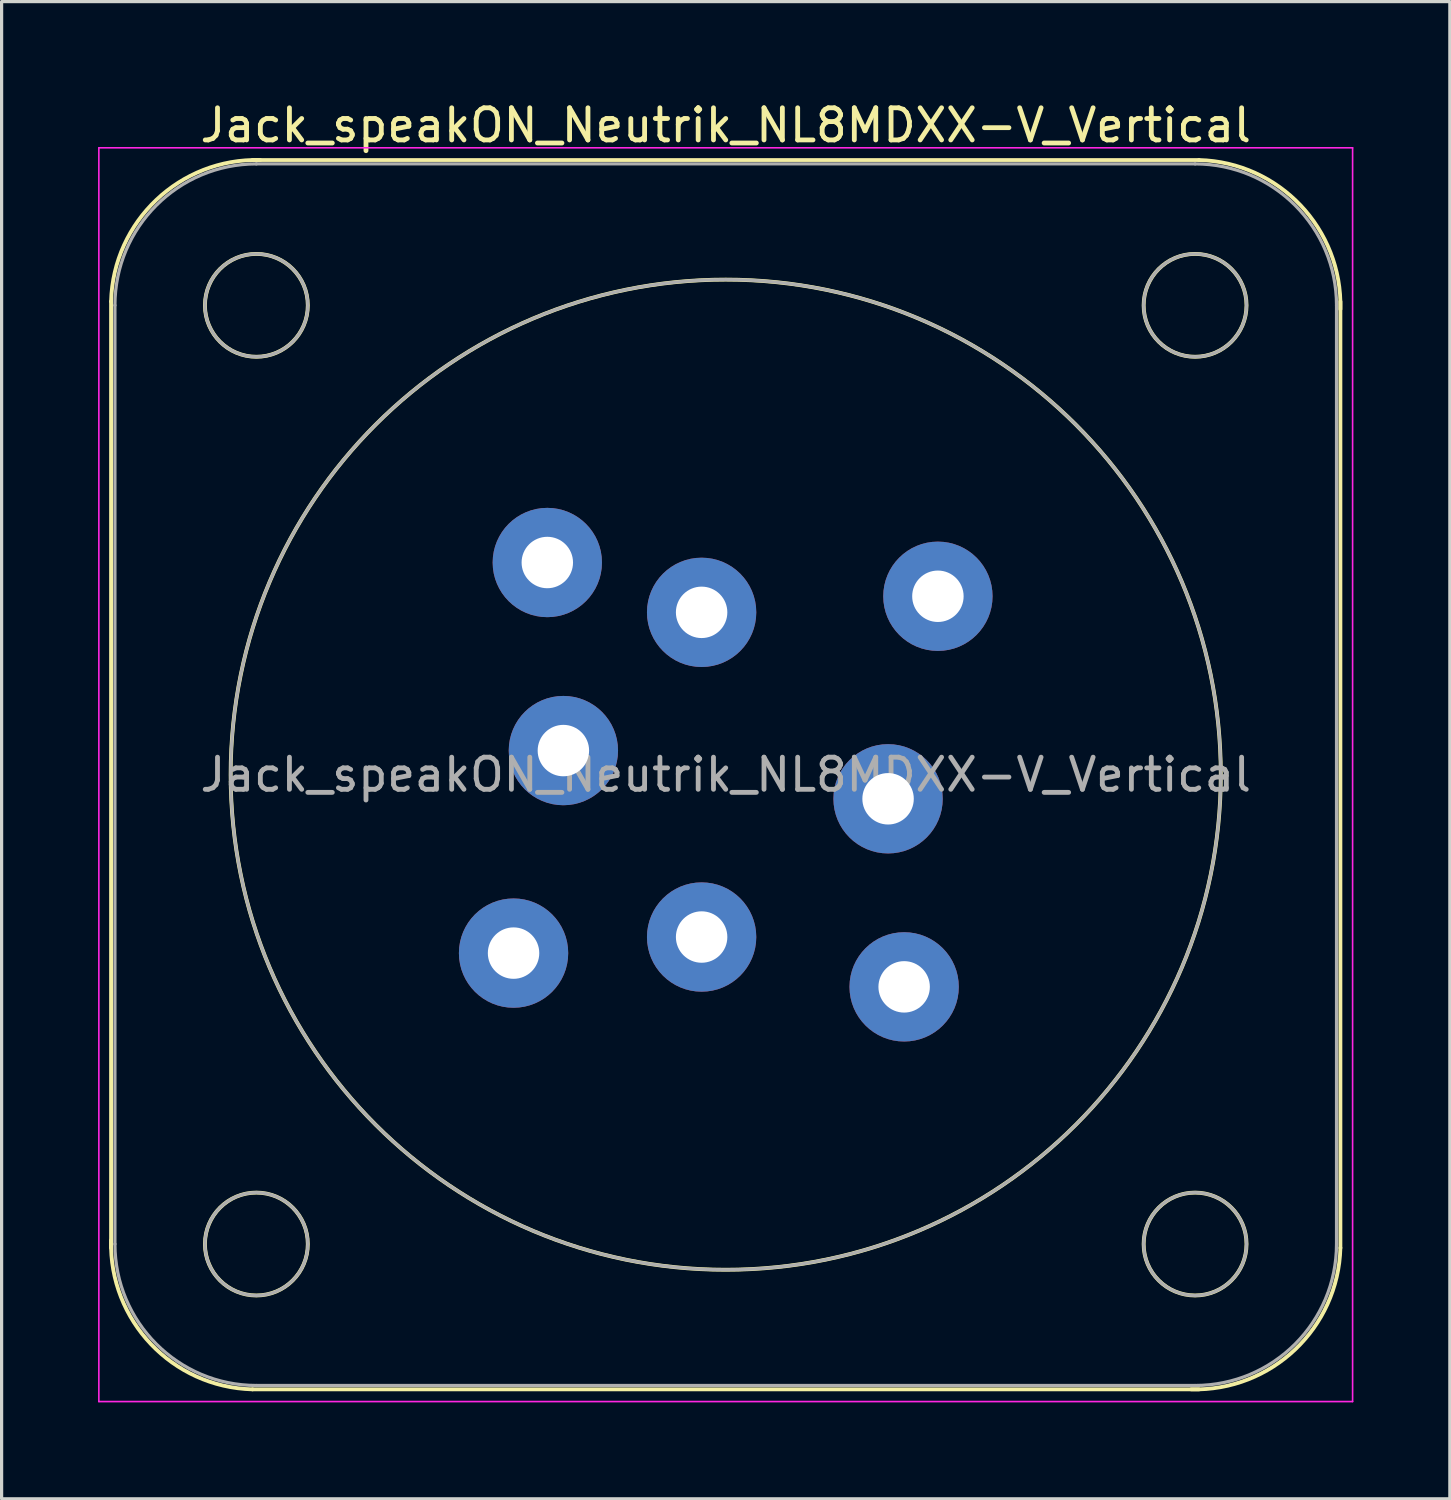
<source format=kicad_pcb>
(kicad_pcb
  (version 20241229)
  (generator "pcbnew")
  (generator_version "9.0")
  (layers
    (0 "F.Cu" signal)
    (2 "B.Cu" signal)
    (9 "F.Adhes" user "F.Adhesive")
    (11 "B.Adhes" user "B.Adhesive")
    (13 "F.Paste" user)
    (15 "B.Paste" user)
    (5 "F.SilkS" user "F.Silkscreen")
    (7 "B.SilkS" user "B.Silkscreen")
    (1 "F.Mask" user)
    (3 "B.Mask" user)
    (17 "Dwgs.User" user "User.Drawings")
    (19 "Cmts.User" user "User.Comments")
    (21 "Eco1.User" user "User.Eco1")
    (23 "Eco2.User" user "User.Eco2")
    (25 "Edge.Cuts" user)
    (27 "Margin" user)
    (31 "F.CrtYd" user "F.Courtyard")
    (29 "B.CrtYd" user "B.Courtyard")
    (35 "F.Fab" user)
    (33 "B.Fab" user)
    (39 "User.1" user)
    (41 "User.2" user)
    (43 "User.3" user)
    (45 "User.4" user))
  (footprint "Jack_speakON_Neutrik_NL8MDXX-V_Vertical"
    (layer "F.Cu")
    (at 18.775 15.998)
    (property "Reference" "Jack_speakON_Neutrik_NL8MDXX-V_Vertical" (at 0.75 -15.15 0) (layer "F.SilkS") (effects (font (size 1 1) (thickness 0.15))))
    (attr through_hole)
    (fp_line (start -18.37 19.77) (end -18.37 -9.67) (stroke (width 0.12) (type solid)) (layer "F.SilkS"))
    (fp_line (start -13.97 -14.07) (end 15.47 -14.07) (stroke (width 0.12) (type solid)) (layer "F.SilkS"))
    (fp_line (start -13.97 24.17) (end 15.47 24.17) (stroke (width 0.12) (type solid)) (layer "F.SilkS"))
    (fp_line (start 19.87 19.77) (end 19.87 -9.67) (stroke (width 0.12) (type solid)) (layer "F.SilkS"))
    (fp_arc (start -18.37 -9.67) (mid -16.96127 -12.830975) (end -13.73 -14.07) (stroke (width 0.12) (type solid)) (layer "F.SilkS"))
    (fp_arc (start -13.97 24.17) (mid -17.130975 22.76127) (end -18.37 19.53) (stroke (width 0.12) (type solid)) (layer "F.SilkS"))
    (fp_arc (start 15.47 -14.07) (mid 18.630975 -12.66127) (end 19.87 -9.43) (stroke (width 0.12) (type solid)) (layer "F.SilkS"))
    (fp_arc (start 19.87 19.77) (mid 18.46127 22.930975) (end 15.23 24.17) (stroke (width 0.12) (type solid)) (layer "F.SilkS"))
    (fp_circle (center -13.85 -9.55) (end -12.25 -9.55) (stroke (width 0.12) (type solid)) (fill no) (layer "F.SilkS"))
    (fp_circle (center -13.85 19.65) (end -12.25 19.65) (stroke (width 0.12) (type solid)) (fill no) (layer "F.SilkS"))
    (fp_circle (center 0.75 5.05) (end 16.15 5.05) (stroke (width 0.12) (type solid)) (fill no) (layer "F.SilkS"))
    (fp_circle (center 15.35 -9.55) (end 16.95 -9.55) (stroke (width 0.12) (type solid)) (fill no) (layer "F.SilkS"))
    (fp_circle (center 15.35 19.65) (end 16.95 19.65) (stroke (width 0.12) (type solid)) (fill no) (layer "F.SilkS"))
    (fp_line (start -18.75 -14.45) (end 20.25 -14.45) (stroke (width 0.05) (type solid)) (layer "F.CrtYd"))
    (fp_line (start -18.75 24.55) (end -18.75 -14.45) (stroke (width 0.05) (type solid)) (layer "F.CrtYd"))
    (fp_line (start -18.75 24.55) (end 20.25 24.55) (stroke (width 0.05) (type solid)) (layer "F.CrtYd"))
    (fp_line (start 20.25 24.55) (end 20.25 -14.45) (stroke (width 0.05) (type solid)) (layer "F.CrtYd"))
    (fp_line (start -18.25 19.65) (end -18.25 -9.55) (stroke (width 0.1) (type solid)) (layer "F.Fab"))
    (fp_line (start -13.85 -13.95) (end 15.35 -13.95) (stroke (width 0.1) (type solid)) (layer "F.Fab"))
    (fp_line (start -13.85 24.05) (end 15.35 24.05) (stroke (width 0.1) (type solid)) (layer "F.Fab"))
    (fp_line (start 19.75 19.65) (end 19.75 -9.55) (stroke (width 0.1) (type solid)) (layer "F.Fab"))
    (fp_arc (start -18.25 -9.55) (mid -16.96127 -12.66127) (end -13.85 -13.95) (stroke (width 0.1) (type solid)) (layer "F.Fab"))
    (fp_arc (start -13.85 24.05) (mid -16.96127 22.76127) (end -18.25 19.65) (stroke (width 0.1) (type solid)) (layer "F.Fab"))
    (fp_arc (start 15.35 -13.95) (mid 18.46127 -12.66127) (end 19.75 -9.55) (stroke (width 0.1) (type solid)) (layer "F.Fab"))
    (fp_arc (start 19.75 19.65) (mid 18.46127 22.76127) (end 15.35 24.05) (stroke (width 0.1) (type solid)) (layer "F.Fab"))
    (fp_circle (center -13.85 -9.55) (end -12.25 -9.55) (stroke (width 0.1) (type solid)) (fill no) (layer "F.Fab"))
    (fp_circle (center -13.85 19.65) (end -12.25 19.65) (stroke (width 0.1) (type solid)) (fill no) (layer "F.Fab"))
    (fp_circle (center 0.75 5.05) (end 16.15 5.05) (stroke (width 0.1) (type solid)) (fill no) (layer "F.Fab"))
    (fp_circle (center 15.35 -9.55) (end 13.75 -9.55) (stroke (width 0.1) (type solid)) (fill no) (layer "F.Fab"))
    (fp_circle (center 15.35 19.65) (end 13.75 19.65) (stroke (width 0.1) (type solid)) (fill no) (layer "F.Fab"))
    (fp_text user "${REFERENCE}" (at 0.75 5.05 0) (layer "F.Fab") (effects (font (size 1 1) (thickness 0.15))))
    (pad "1+" thru_hole circle (at 0 0) (size 3.4 3.4) (drill 1.6) (layers "*.Cu" "*.Mask"))
    (pad "1-" thru_hole circle (at -4.8 -1.55) (size 3.4 3.4) (drill 1.6) (layers "*.Cu" "*.Mask"))
    (pad "2+" thru_hole circle (at -4.3 4.3) (size 3.4 3.4) (drill 1.6) (layers "*.Cu" "*.Mask"))
    (pad "2-" thru_hole circle (at -5.85 10.6) (size 3.4 3.4) (drill 1.6) (layers "*.Cu" "*.Mask"))
    (pad "3+" thru_hole circle (at 0 10.1) (size 3.4 3.4) (drill 1.6) (layers "*.Cu" "*.Mask"))
    (pad "3-" thru_hole circle (at 6.3 11.65) (size 3.4 3.4) (drill 1.6) (layers "*.Cu" "*.Mask"))
    (pad "4+" thru_hole circle (at 5.8 5.8) (size 3.4 3.4) (drill 1.6) (layers "*.Cu" "*.Mask"))
    (pad "4-" thru_hole circle (at 7.35 -0.5) (size 3.4 3.4) (drill 1.6) (layers "*.Cu" "*.Mask")))
  (gr_rect
    (start -3 -3)
    (end 42.05 43.573)
    (stroke (width 0.1) (type default))
    (fill no)
    (layer "Edge.Cuts")))
</source>
